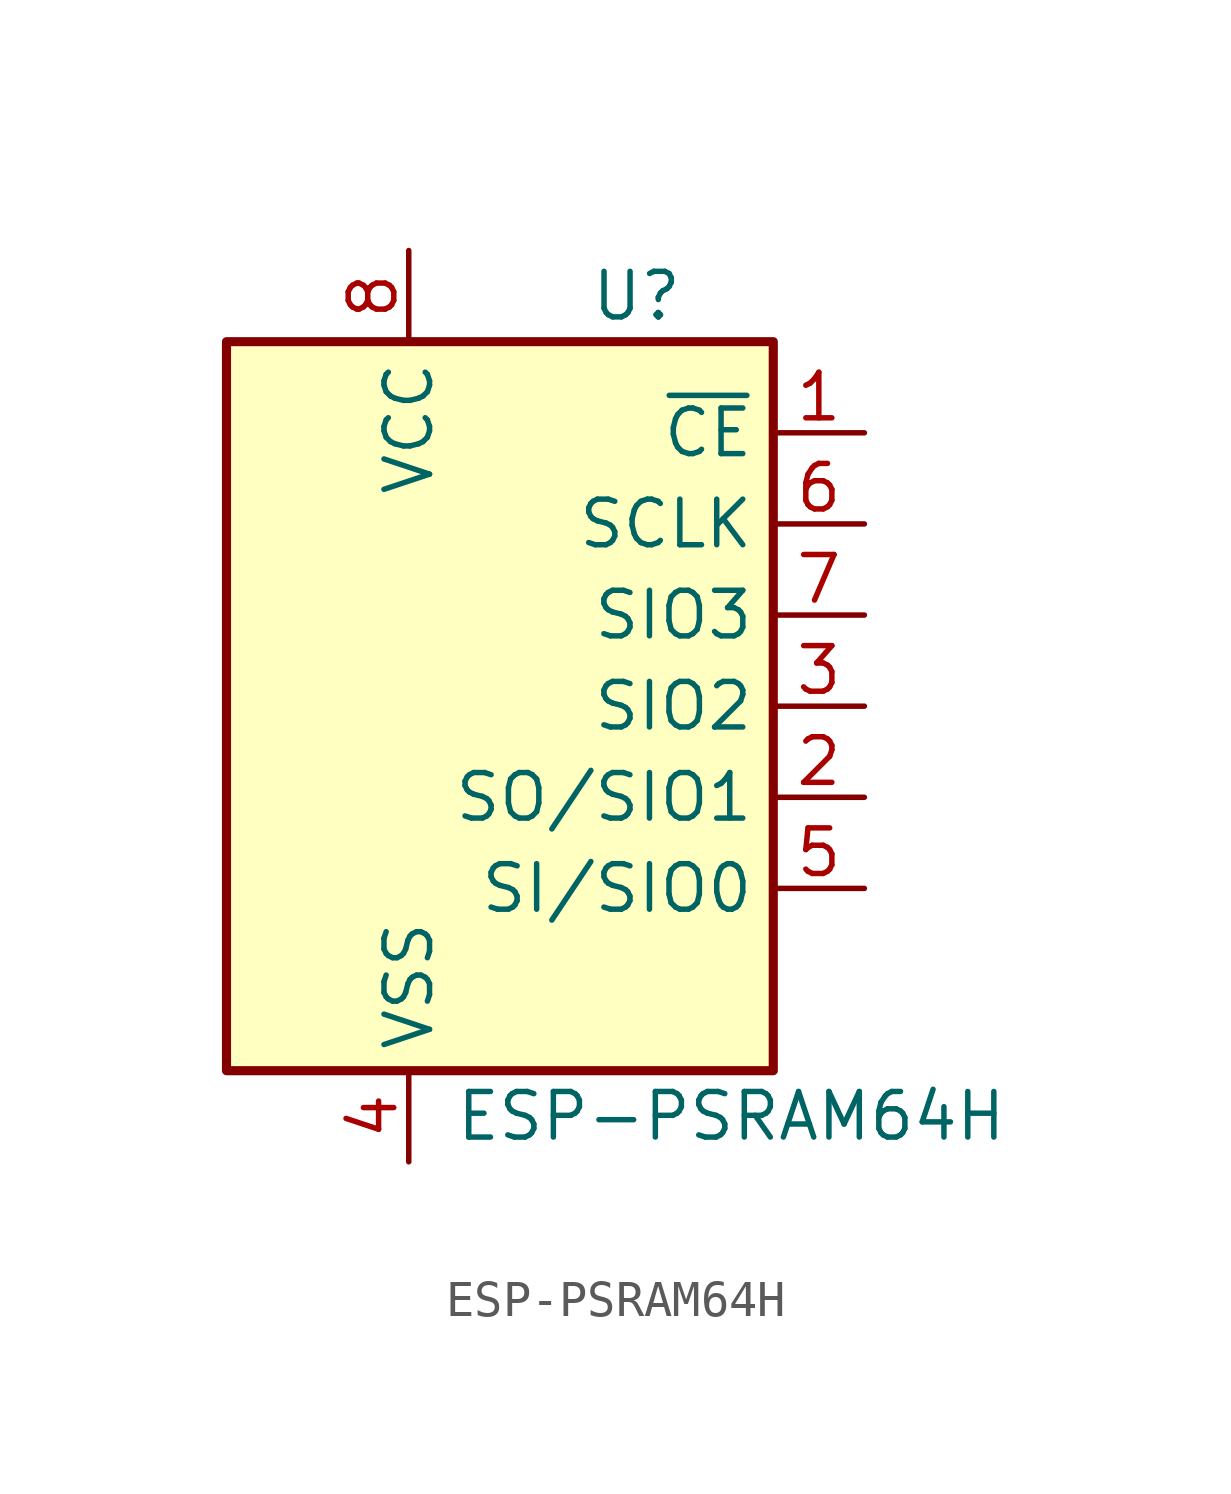
<source format=kicad_sym>
(kicad_symbol_lib
  (version 20231120)
  (generator "kicad_symbol_editor")
  (generator_version "8.0")
  (symbol "ESP-PSRAM64H"
    (property "Reference" "U"
      (at 3.81 11.43 0)
      (effects (font (size 1.27 1.27))))
    (property "Value" "ESP-PSRAM64H"
      (at -1.27 -11.43 0)
      (effects (font (size 1.27 1.27)) (justify left)))
    (symbol "ESP-PSRAM64H_0_1"
      (rectangle (start -7.62 10.16) (end 7.62 -10.16) (stroke (width 0.254) (type default)) (fill (type background))))
    (symbol "ESP-PSRAM64H_1_1"
      (pin input line (at 10.16 7.62 180) (length 2.54) (name "~{CE}" (effects (font (size 1.27 1.27)))) (number "1" (effects (font (size 1.27 1.27)))))
      (pin bidirectional line (at 10.16 -2.54 180) (length 2.54) (name "SO/SIO1" (effects (font (size 1.27 1.27)))) (number "2" (effects (font (size 1.27 1.27)))))
      (pin input line (at 10.16 0 180) (length 2.54) (name "SIO2" (effects (font (size 1.27 1.27)))) (number "3" (effects (font (size 1.27 1.27)))))
      (pin power_in line (at -2.54 -12.7 90) (length 2.54) (name "VSS" (effects (font (size 1.27 1.27)))) (number "4" (effects (font (size 1.27 1.27)))))
      (pin input line (at 10.16 -5.08 180) (length 2.54) (name "SI/SIO0" (effects (font (size 1.27 1.27)))) (number "5" (effects (font (size 1.27 1.27)))))
      (pin input line (at 10.16 5.08 180) (length 2.54) (name "SCLK" (effects (font (size 1.27 1.27)))) (number "6" (effects (font (size 1.27 1.27)))))
      (pin input line (at 10.16 2.54 180) (length 2.54) (name "SIO3" (effects (font (size 1.27 1.27)))) (number "7" (effects (font (size 1.27 1.27)))))
      (pin power_in line (at -2.54 12.7 270) (length 2.54) (name "VCC" (effects (font (size 1.27 1.27)))) (number "8" (effects (font (size 1.27 1.27))))))))
</source>
